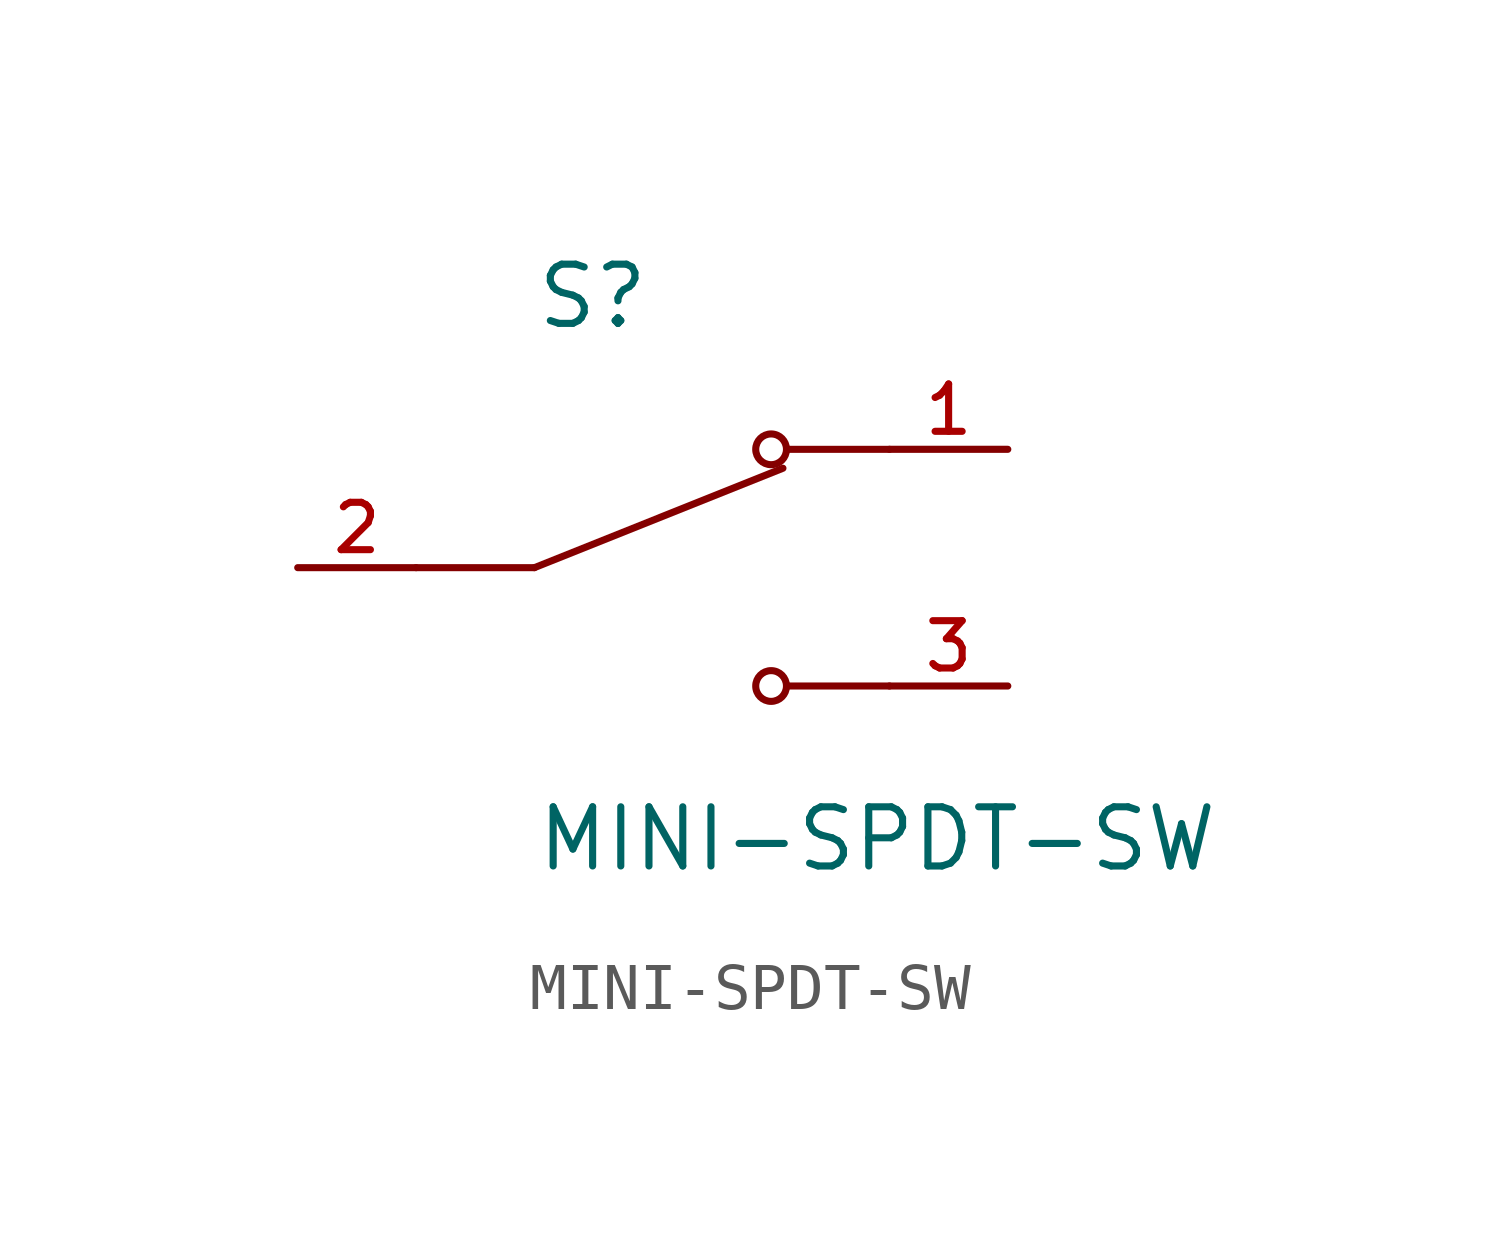
<source format=kicad_sym>
(kicad_symbol_lib
  (version 20211014)
  (generator kicad_symbol_editor)
  (symbol "MINI-SPDT-SW"
    (pin_names
      (offset 1.016))
    (property "Reference" "S"
      (at -2.54 5.08 0)
      (effects (font (size 1.27 1.27)) (justify bottom left)))
    (property "Value" "MINI-SPDT-SW"
      (at -2.54 -5.08 0)
      (effects (font (size 1.27 1.27)) (justify top left)))
    (symbol "MINI-SPDT-SW_0_0"
      (polyline (pts (xy -2.54 0.0) (xy 2.794 2.134)) (stroke (width 0.152)))
      (circle (center 2.54 2.54) (radius 0.33) (stroke (width 0.152)) (fill (type none)))
      (circle (center 2.54 -2.54) (radius 0.33) (stroke (width 0.152)) (fill (type none)))
      (polyline (pts (xy 5.08 -2.54) (xy 2.921 -2.54)) (stroke (width 0.152)))
      (polyline (pts (xy 5.08 2.54) (xy 2.921 2.54)) (stroke (width 0.152)))
      (polyline (pts (xy -2.54 0.0) (xy -5.08 0.0)) (stroke (width 0.152)))
      (pin passive line (at 7.62 2.54 180.0) (length 2.54) (name "~" (effects (font (size 1.016 1.016)))) (number "1" (effects (font (size 1.016 1.016)))))
      (pin passive line (at -7.62 0.0 0) (length 2.54) (name "~" (effects (font (size 1.016 1.016)))) (number "2" (effects (font (size 1.016 1.016)))))
      (pin passive line (at 7.62 -2.54 180.0) (length 2.54) (name "~" (effects (font (size 1.016 1.016)))) (number "3" (effects (font (size 1.016 1.016))))))))
</source>
